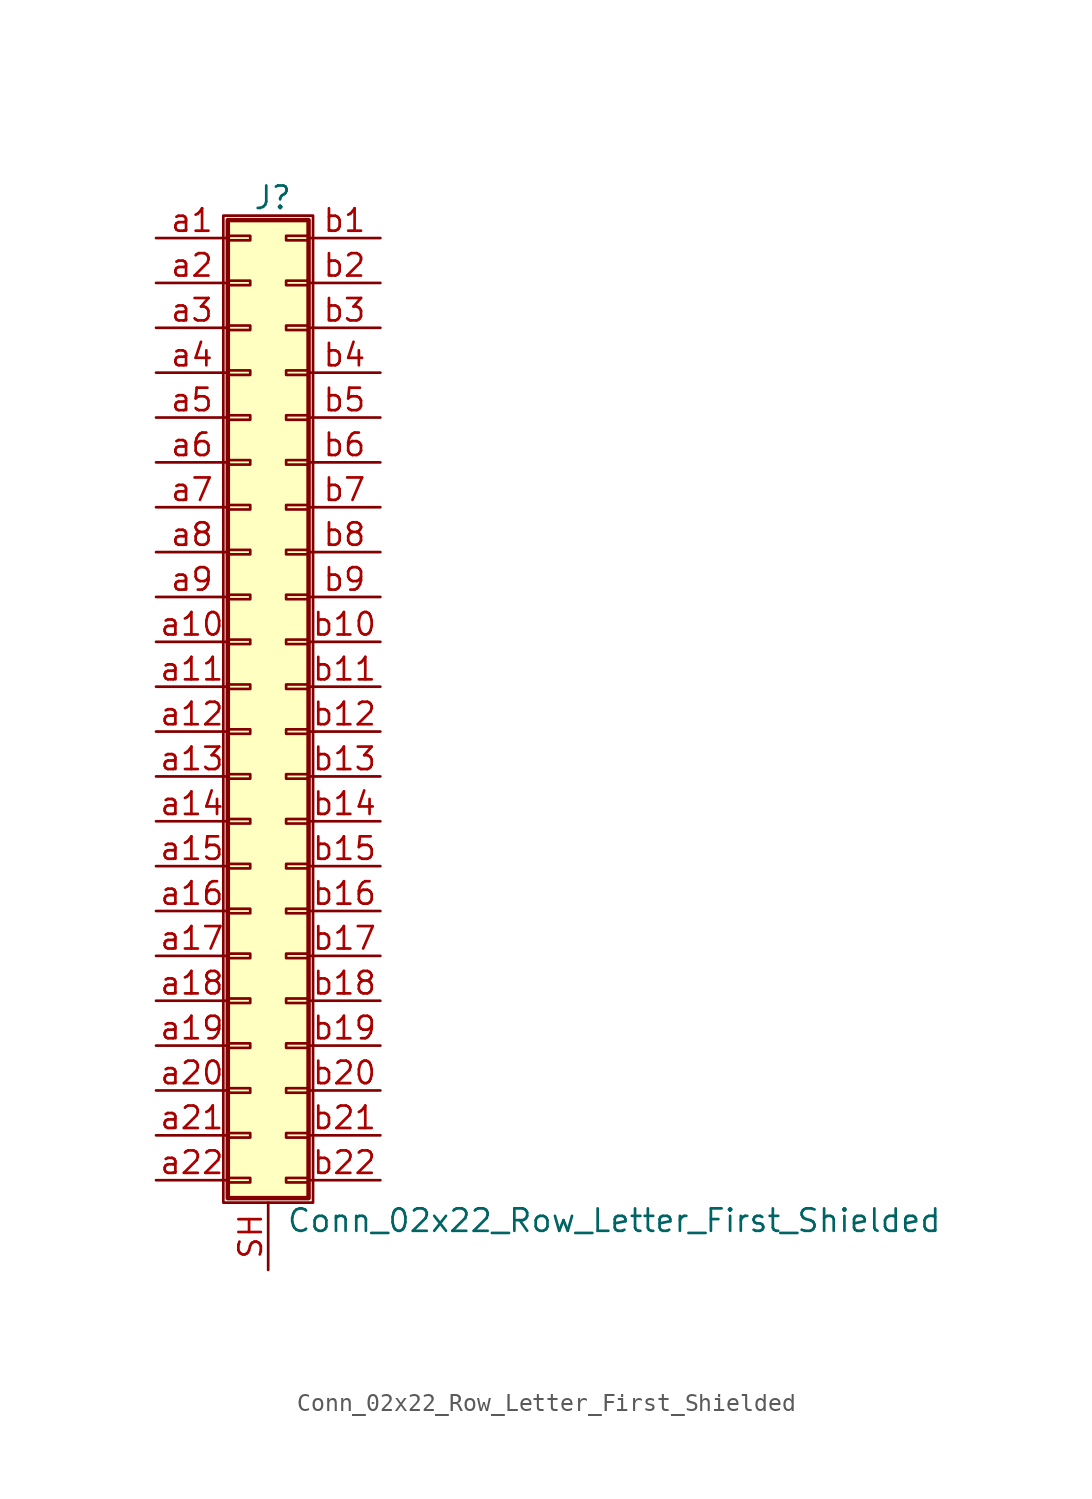
<source format=kicad_sym>
(kicad_symbol_lib
  (version 20201005)
  (generator kicad_symbol_editor)
  (symbol "Connector_Generic_Shielded:Conn_02x22_Row_Letter_First_Shielded"
    (pin_names
      (offset 1.016) hide)
    (property "Reference" "J"
      (at 1.524 27.686 0)
      (effects (font (size 1.27 1.27))))
    (property "Value" "Conn_02x22_Row_Letter_First_Shielded"
      (at 2.286 -30.226 0)
      (effects (font (size 1.27 1.27)) (justify left)))
    (symbol "Conn_02x22_Row_Letter_First_Shielded_1_1"
      (rectangle (start -1.016 -27.813) (end 0.254 -28.067) (stroke (width 0.152)) (fill (type none)))
      (rectangle (start -1.016 -4.953) (end 0.254 -5.207) (stroke (width 0.152)) (fill (type none)))
      (rectangle (start -1.016 -7.493) (end 0.254 -7.747) (stroke (width 0.152)) (fill (type none)))
      (rectangle (start -1.016 -10.033) (end 0.254 -10.287) (stroke (width 0.152)) (fill (type none)))
      (rectangle (start -1.016 -12.573) (end 0.254 -12.827) (stroke (width 0.152)) (fill (type none)))
      (rectangle (start -1.016 -15.113) (end 0.254 -15.367) (stroke (width 0.152)) (fill (type none)))
      (rectangle (start -1.016 -17.653) (end 0.254 -17.907) (stroke (width 0.152)) (fill (type none)))
      (rectangle (start -1.016 -20.193) (end 0.254 -20.447) (stroke (width 0.152)) (fill (type none)))
      (rectangle (start -1.016 -22.733) (end 0.254 -22.987) (stroke (width 0.152)) (fill (type none)))
      (rectangle (start -1.016 -2.413) (end 0.254 -2.667) (stroke (width 0.152)) (fill (type none)))
      (rectangle (start -1.016 -25.273) (end 0.254 -25.527) (stroke (width 0.152)) (fill (type none)))
      (rectangle (start -1.016 25.527) (end 0.254 25.273) (stroke (width 0.152)) (fill (type none)))
      (rectangle (start -1.016 26.416) (end 3.556 -28.956) (stroke (width 0.254)) (fill (type background)))
      (rectangle (start -1.016 2.667) (end 0.254 2.413) (stroke (width 0.152)) (fill (type none)))
      (rectangle (start -1.016 5.207) (end 0.254 4.953) (stroke (width 0.152)) (fill (type none)))
      (rectangle (start -1.016 7.747) (end 0.254 7.493) (stroke (width 0.152)) (fill (type none)))
      (rectangle (start -1.016 10.287) (end 0.254 10.033) (stroke (width 0.152)) (fill (type none)))
      (rectangle (start -1.016 0.127) (end 0.254 -0.127) (stroke (width 0.152)) (fill (type none)))
      (rectangle (start -1.016 12.827) (end 0.254 12.573) (stroke (width 0.152)) (fill (type none)))
      (rectangle (start -1.016 15.367) (end 0.254 15.113) (stroke (width 0.152)) (fill (type none)))
      (rectangle (start -1.016 17.907) (end 0.254 17.653) (stroke (width 0.152)) (fill (type none)))
      (rectangle (start -1.016 20.447) (end 0.254 20.193) (stroke (width 0.152)) (fill (type none)))
      (rectangle (start -1.016 22.987) (end 0.254 22.733) (stroke (width 0.152)) (fill (type none)))
      (rectangle (start -1.27 26.67) (end 3.81 -29.21) (stroke (width 0.152)) (fill (type none)))
      (rectangle (start 3.556 -27.813) (end 2.286 -28.067) (stroke (width 0.152)) (fill (type none)))
      (rectangle (start 3.556 -4.953) (end 2.286 -5.207) (stroke (width 0.152)) (fill (type none)))
      (rectangle (start 3.556 -7.493) (end 2.286 -7.747) (stroke (width 0.152)) (fill (type none)))
      (rectangle (start 3.556 -10.033) (end 2.286 -10.287) (stroke (width 0.152)) (fill (type none)))
      (rectangle (start 3.556 -12.573) (end 2.286 -12.827) (stroke (width 0.152)) (fill (type none)))
      (rectangle (start 3.556 -15.113) (end 2.286 -15.367) (stroke (width 0.152)) (fill (type none)))
      (rectangle (start 3.556 -17.653) (end 2.286 -17.907) (stroke (width 0.152)) (fill (type none)))
      (rectangle (start 3.556 -20.193) (end 2.286 -20.447) (stroke (width 0.152)) (fill (type none)))
      (rectangle (start 3.556 -22.733) (end 2.286 -22.987) (stroke (width 0.152)) (fill (type none)))
      (rectangle (start 3.556 -2.413) (end 2.286 -2.667) (stroke (width 0.152)) (fill (type none)))
      (rectangle (start 3.556 -25.273) (end 2.286 -25.527) (stroke (width 0.152)) (fill (type none)))
      (rectangle (start 3.556 25.527) (end 2.286 25.273) (stroke (width 0.152)) (fill (type none)))
      (rectangle (start 3.556 2.667) (end 2.286 2.413) (stroke (width 0.152)) (fill (type none)))
      (rectangle (start 3.556 5.207) (end 2.286 4.953) (stroke (width 0.152)) (fill (type none)))
      (rectangle (start 3.556 7.747) (end 2.286 7.493) (stroke (width 0.152)) (fill (type none)))
      (rectangle (start 3.556 10.287) (end 2.286 10.033) (stroke (width 0.152)) (fill (type none)))
      (rectangle (start 3.556 0.127) (end 2.286 -0.127) (stroke (width 0.152)) (fill (type none)))
      (rectangle (start 3.556 12.827) (end 2.286 12.573) (stroke (width 0.152)) (fill (type none)))
      (rectangle (start 3.556 15.367) (end 2.286 15.113) (stroke (width 0.152)) (fill (type none)))
      (rectangle (start 3.556 17.907) (end 2.286 17.653) (stroke (width 0.152)) (fill (type none)))
      (rectangle (start 3.556 20.447) (end 2.286 20.193) (stroke (width 0.152)) (fill (type none)))
      (rectangle (start 3.556 22.987) (end 2.286 22.733) (stroke (width 0.152)) (fill (type none)))
      (pin passive line (at -5.08 25.4 0) (length 4.064) (name "Pin_a1" (effects (font (size 1.27 1.27)))) (number "a1" (effects (font (size 1.27 1.27)))))
      (pin passive line (at -5.08 2.54 0) (length 4.064) (name "Pin_a10" (effects (font (size 1.27 1.27)))) (number "a10" (effects (font (size 1.27 1.27)))))
      (pin passive line (at -5.08 0 0) (length 4.064) (name "Pin_a11" (effects (font (size 1.27 1.27)))) (number "a11" (effects (font (size 1.27 1.27)))))
      (pin passive line (at -5.08 -2.54 0) (length 4.064) (name "Pin_a12" (effects (font (size 1.27 1.27)))) (number "a12" (effects (font (size 1.27 1.27)))))
      (pin passive line (at -5.08 -5.08 0) (length 4.064) (name "Pin_a13" (effects (font (size 1.27 1.27)))) (number "a13" (effects (font (size 1.27 1.27)))))
      (pin passive line (at -5.08 -7.62 0) (length 4.064) (name "Pin_a14" (effects (font (size 1.27 1.27)))) (number "a14" (effects (font (size 1.27 1.27)))))
      (pin passive line (at -5.08 -10.16 0) (length 4.064) (name "Pin_a15" (effects (font (size 1.27 1.27)))) (number "a15" (effects (font (size 1.27 1.27)))))
      (pin passive line (at -5.08 -12.7 0) (length 4.064) (name "Pin_a16" (effects (font (size 1.27 1.27)))) (number "a16" (effects (font (size 1.27 1.27)))))
      (pin passive line (at -5.08 -15.24 0) (length 4.064) (name "Pin_a17" (effects (font (size 1.27 1.27)))) (number "a17" (effects (font (size 1.27 1.27)))))
      (pin passive line (at -5.08 -17.78 0) (length 4.064) (name "Pin_a18" (effects (font (size 1.27 1.27)))) (number "a18" (effects (font (size 1.27 1.27)))))
      (pin passive line (at -5.08 -20.32 0) (length 4.064) (name "Pin_a19" (effects (font (size 1.27 1.27)))) (number "a19" (effects (font (size 1.27 1.27)))))
      (pin passive line (at -5.08 22.86 0) (length 4.064) (name "Pin_a2" (effects (font (size 1.27 1.27)))) (number "a2" (effects (font (size 1.27 1.27)))))
      (pin passive line (at -5.08 -22.86 0) (length 4.064) (name "Pin_a20" (effects (font (size 1.27 1.27)))) (number "a20" (effects (font (size 1.27 1.27)))))
      (pin passive line (at -5.08 -25.4 0) (length 4.064) (name "Pin_a21" (effects (font (size 1.27 1.27)))) (number "a21" (effects (font (size 1.27 1.27)))))
      (pin passive line (at -5.08 -27.94 0) (length 4.064) (name "Pin_a22" (effects (font (size 1.27 1.27)))) (number "a22" (effects (font (size 1.27 1.27)))))
      (pin passive line (at -5.08 20.32 0) (length 4.064) (name "Pin_a3" (effects (font (size 1.27 1.27)))) (number "a3" (effects (font (size 1.27 1.27)))))
      (pin passive line (at -5.08 17.78 0) (length 4.064) (name "Pin_a4" (effects (font (size 1.27 1.27)))) (number "a4" (effects (font (size 1.27 1.27)))))
      (pin passive line (at -5.08 15.24 0) (length 4.064) (name "Pin_a5" (effects (font (size 1.27 1.27)))) (number "a5" (effects (font (size 1.27 1.27)))))
      (pin passive line (at -5.08 12.7 0) (length 4.064) (name "Pin_a6" (effects (font (size 1.27 1.27)))) (number "a6" (effects (font (size 1.27 1.27)))))
      (pin passive line (at -5.08 10.16 0) (length 4.064) (name "Pin_a7" (effects (font (size 1.27 1.27)))) (number "a7" (effects (font (size 1.27 1.27)))))
      (pin passive line (at -5.08 7.62 0) (length 4.064) (name "Pin_a8" (effects (font (size 1.27 1.27)))) (number "a8" (effects (font (size 1.27 1.27)))))
      (pin passive line (at -5.08 5.08 0) (length 4.064) (name "Pin_a9" (effects (font (size 1.27 1.27)))) (number "a9" (effects (font (size 1.27 1.27)))))
      (pin passive line (at 7.62 25.4 180) (length 4.064) (name "Pin_b1" (effects (font (size 1.27 1.27)))) (number "b1" (effects (font (size 1.27 1.27)))))
      (pin passive line (at 7.62 2.54 180) (length 4.064) (name "Pin_b10" (effects (font (size 1.27 1.27)))) (number "b10" (effects (font (size 1.27 1.27)))))
      (pin passive line (at 7.62 0 180) (length 4.064) (name "Pin_b11" (effects (font (size 1.27 1.27)))) (number "b11" (effects (font (size 1.27 1.27)))))
      (pin passive line (at 7.62 -2.54 180) (length 4.064) (name "Pin_b12" (effects (font (size 1.27 1.27)))) (number "b12" (effects (font (size 1.27 1.27)))))
      (pin passive line (at 7.62 -5.08 180) (length 4.064) (name "Pin_b13" (effects (font (size 1.27 1.27)))) (number "b13" (effects (font (size 1.27 1.27)))))
      (pin passive line (at 7.62 -7.62 180) (length 4.064) (name "Pin_b14" (effects (font (size 1.27 1.27)))) (number "b14" (effects (font (size 1.27 1.27)))))
      (pin passive line (at 7.62 -10.16 180) (length 4.064) (name "Pin_b15" (effects (font (size 1.27 1.27)))) (number "b15" (effects (font (size 1.27 1.27)))))
      (pin passive line (at 7.62 -12.7 180) (length 4.064) (name "Pin_b16" (effects (font (size 1.27 1.27)))) (number "b16" (effects (font (size 1.27 1.27)))))
      (pin passive line (at 7.62 -15.24 180) (length 4.064) (name "Pin_b17" (effects (font (size 1.27 1.27)))) (number "b17" (effects (font (size 1.27 1.27)))))
      (pin passive line (at 7.62 -17.78 180) (length 4.064) (name "Pin_b18" (effects (font (size 1.27 1.27)))) (number "b18" (effects (font (size 1.27 1.27)))))
      (pin passive line (at 7.62 -20.32 180) (length 4.064) (name "Pin_b19" (effects (font (size 1.27 1.27)))) (number "b19" (effects (font (size 1.27 1.27)))))
      (pin passive line (at 7.62 22.86 180) (length 4.064) (name "Pin_b2" (effects (font (size 1.27 1.27)))) (number "b2" (effects (font (size 1.27 1.27)))))
      (pin passive line (at 7.62 -22.86 180) (length 4.064) (name "Pin_b20" (effects (font (size 1.27 1.27)))) (number "b20" (effects (font (size 1.27 1.27)))))
      (pin passive line (at 7.62 -25.4 180) (length 4.064) (name "Pin_b21" (effects (font (size 1.27 1.27)))) (number "b21" (effects (font (size 1.27 1.27)))))
      (pin passive line (at 7.62 -27.94 180) (length 4.064) (name "Pin_b22" (effects (font (size 1.27 1.27)))) (number "b22" (effects (font (size 1.27 1.27)))))
      (pin passive line (at 7.62 20.32 180) (length 4.064) (name "Pin_b3" (effects (font (size 1.27 1.27)))) (number "b3" (effects (font (size 1.27 1.27)))))
      (pin passive line (at 7.62 17.78 180) (length 4.064) (name "Pin_b4" (effects (font (size 1.27 1.27)))) (number "b4" (effects (font (size 1.27 1.27)))))
      (pin passive line (at 7.62 15.24 180) (length 4.064) (name "Pin_b5" (effects (font (size 1.27 1.27)))) (number "b5" (effects (font (size 1.27 1.27)))))
      (pin passive line (at 7.62 12.7 180) (length 4.064) (name "Pin_b6" (effects (font (size 1.27 1.27)))) (number "b6" (effects (font (size 1.27 1.27)))))
      (pin passive line (at 7.62 10.16 180) (length 4.064) (name "Pin_b7" (effects (font (size 1.27 1.27)))) (number "b7" (effects (font (size 1.27 1.27)))))
      (pin passive line (at 7.62 7.62 180) (length 4.064) (name "Pin_b8" (effects (font (size 1.27 1.27)))) (number "b8" (effects (font (size 1.27 1.27)))))
      (pin passive line (at 7.62 5.08 180) (length 4.064) (name "Pin_b9" (effects (font (size 1.27 1.27)))) (number "b9" (effects (font (size 1.27 1.27)))))
      (pin passive line (at 1.27 -33.02 90) (length 3.81) (name "Shield" (effects (font (size 1.27 1.27)))) (number "SH" (effects (font (size 1.27 1.27))))))))
</source>
